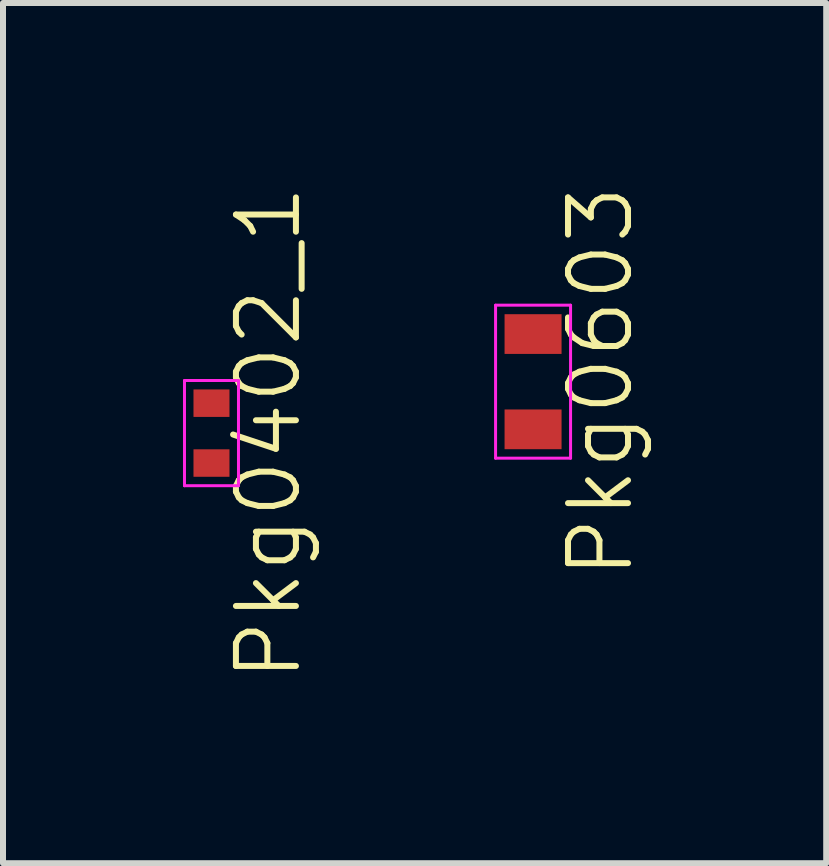
<source format=kicad_pcb>
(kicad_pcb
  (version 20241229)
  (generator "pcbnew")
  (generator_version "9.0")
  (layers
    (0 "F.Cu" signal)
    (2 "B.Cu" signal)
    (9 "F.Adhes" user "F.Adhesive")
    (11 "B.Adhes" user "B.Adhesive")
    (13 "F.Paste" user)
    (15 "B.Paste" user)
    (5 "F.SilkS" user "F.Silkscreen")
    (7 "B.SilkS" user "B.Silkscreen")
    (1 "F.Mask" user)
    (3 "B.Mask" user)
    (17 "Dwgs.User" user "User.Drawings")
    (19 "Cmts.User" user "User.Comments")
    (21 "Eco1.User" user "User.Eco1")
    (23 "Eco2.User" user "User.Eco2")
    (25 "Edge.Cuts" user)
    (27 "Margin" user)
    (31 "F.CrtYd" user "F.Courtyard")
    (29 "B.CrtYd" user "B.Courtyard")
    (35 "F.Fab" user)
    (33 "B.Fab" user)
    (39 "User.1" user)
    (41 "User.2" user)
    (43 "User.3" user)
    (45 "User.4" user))
  (footprint "Pkg0603"
    (layer "F.Cu")
    (at 5.835 3.312)
    (property "Reference" "Pkg0603" (at 1.125 0 90) (layer "F.SilkS") (effects (font (size 1 1) (thickness 0.1))))
    (fp_poly (pts (xy -0.525 -0.413) (xy 0.525 -0.413) (xy 0.525 -1.175) (xy -0.525 -1.175)) (stroke (width 0) (type solid)) (fill yes) (layer "F.Mask"))
    (fp_poly (pts (xy -0.525 1.175) (xy 0.525 1.175) (xy 0.525 0.413) (xy -0.525 0.413)) (stroke (width 0) (type solid)) (fill yes) (layer "F.Mask"))
    (fp_line (start -0.625 -1.275) (end -0.625 1.275) (stroke (width 0.05) (type solid)) (layer "F.CrtYd"))
    (fp_line (start -0.625 1.275) (end 0.625 1.275) (stroke (width 0.05) (type solid)) (layer "F.CrtYd"))
    (fp_line (start 0.625 -1.275) (end -0.625 -1.275) (stroke (width 0.05) (type solid)) (layer "F.CrtYd"))
    (fp_line (start 0.625 1.275) (end 0.625 -1.275) (stroke (width 0.05) (type solid)) (layer "F.CrtYd"))
    (pad "1" smd rect (at 0 -0.794) (size 0.95 0.662) (layers "F.Cu" "F.Paste"))
    (pad "2" smd rect (at 0 0.794) (size 0.95 0.662) (layers "F.Cu" "F.Paste")))
  (footprint "Pkg0402_1"
    (layer "F.Cu")
    (at 0.475 4.169)
    (property "Reference" "Pkg0402_1" (at 0.95 0 90) (layer "F.SilkS") (effects (font (size 1 1) (thickness 0.1))))
    (fp_poly (pts (xy -0.35 -0.22) (xy 0.35 -0.22) (xy 0.35 -0.777) (xy -0.35 -0.777)) (stroke (width 0) (type solid)) (fill yes) (layer "F.Mask"))
    (fp_poly (pts (xy -0.35 0.777) (xy 0.35 0.777) (xy 0.35 0.22) (xy -0.35 0.22)) (stroke (width 0) (type solid)) (fill yes) (layer "F.Mask"))
    (fp_line (start -0.45 -0.877) (end -0.45 0.877) (stroke (width 0.05) (type solid)) (layer "F.CrtYd"))
    (fp_line (start -0.45 0.877) (end 0.45 0.877) (stroke (width 0.05) (type solid)) (layer "F.CrtYd"))
    (fp_line (start 0.45 -0.877) (end -0.45 -0.877) (stroke (width 0.05) (type solid)) (layer "F.CrtYd"))
    (fp_line (start 0.45 0.877) (end 0.45 -0.877) (stroke (width 0.05) (type solid)) (layer "F.CrtYd"))
    (pad "1" smd rect (at 0 -0.499) (size 0.6 0.458) (layers "F.Cu" "F.Paste"))
    (pad "2" smd rect (at 0 0.499) (size 0.6 0.458) (layers "F.Cu" "F.Paste")))
  (gr_rect
    (start -3 -3)
    (end 10.721 11.338)
    (stroke (width 0.1) (type default))
    (fill no)
    (layer "Edge.Cuts")))
</source>
